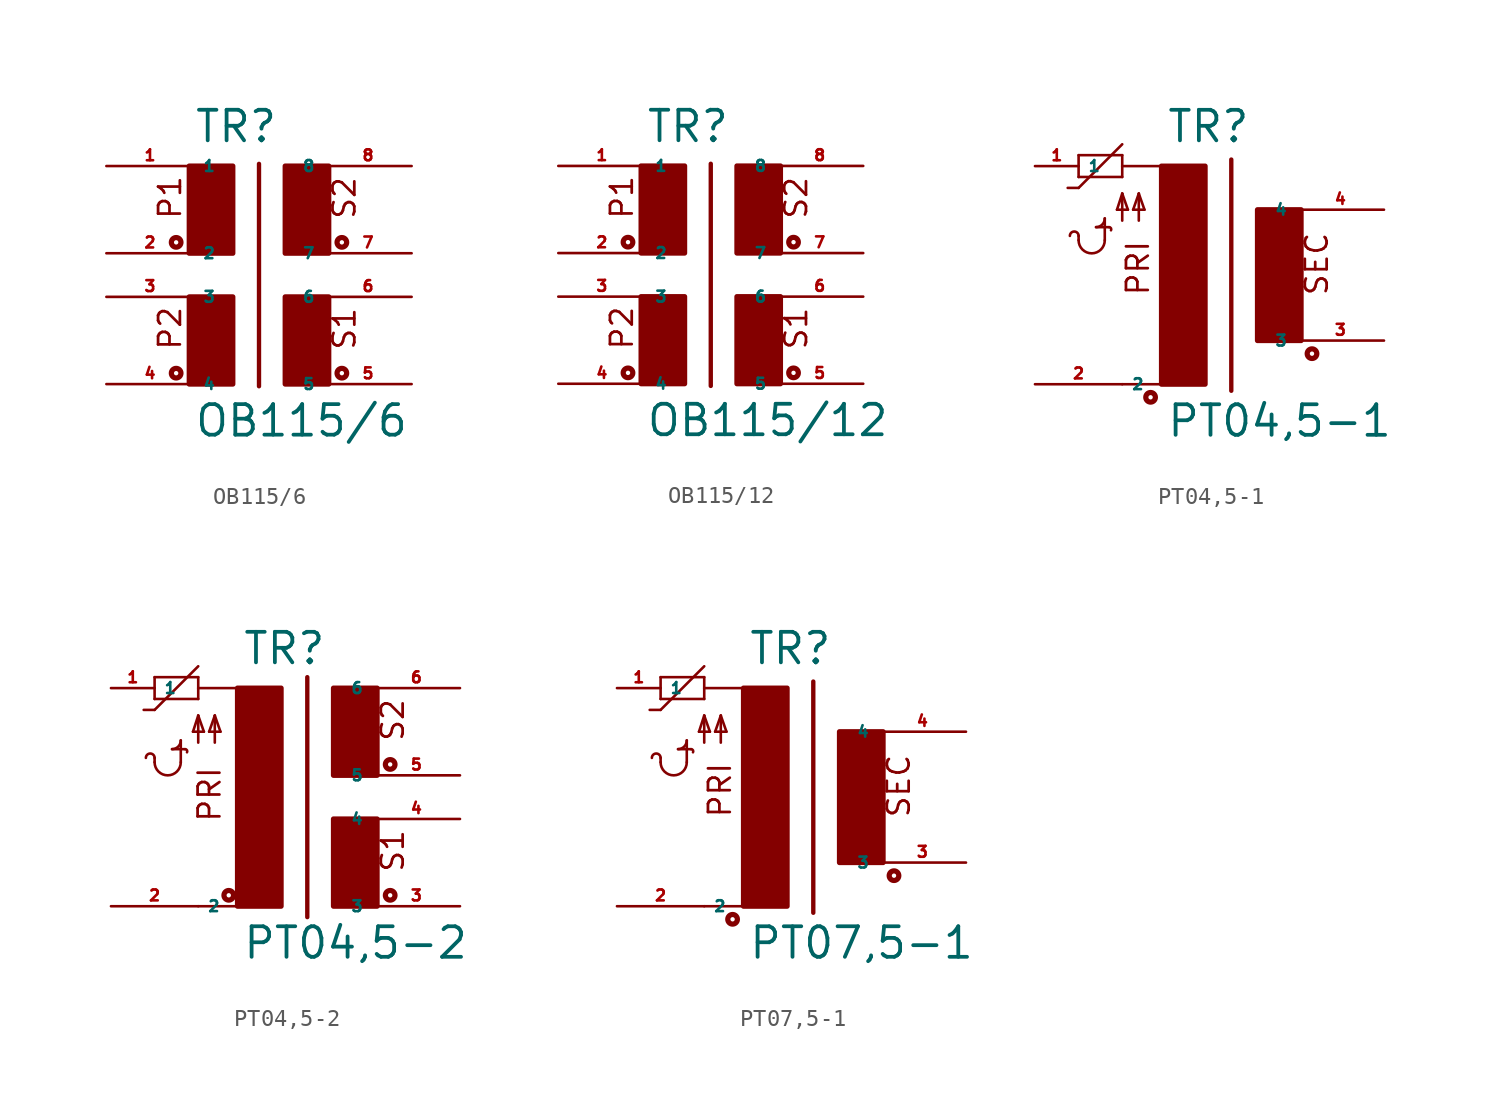
<source format=kicad_sym>
(kicad_symbol_lib
  (version 20220914)
  (generator Eagle2Kicad)
  (symbol "OB115/6"
    (property "Reference" "TR"
      (at -2.54 6.35 0)
      (effects (font (size 1.778 1.778) (thickness 0.22)) (justify left bottom)))
    (property "Value" "OB115/6"
      (at -2.54 -10.795 0)
      (effects (font (size 1.778 1.778) (thickness 0.22)) (justify left bottom)))
    (polyline
      (pts (xy 1.27 5.207) (xy 1.27 -7.747))
      (stroke (width 0.254) (type default))
      (fill (type none)))
    (text "S2"
      (at 6.985 1.905 900)
      (effects (font (size 1.27 1.27) (thickness 0.16)) (justify left bottom)))
    (text "S1"
      (at 6.985 -5.715 900)
      (effects (font (size 1.27 1.27) (thickness 0.16)) (justify left bottom)))
    (text "P2"
      (at -3.175 -5.715 900)
      (effects (font (size 1.27 1.27) (thickness 0.16)) (justify left bottom)))
    (text "P1"
      (at -3.175 1.905 900)
      (effects (font (size 1.27 1.27) (thickness 0.16)) (justify left bottom)))
    (circle
      (center -3.556 0.635)
      (radius 0.127)
      (stroke (width 0.305) (type default))
      (fill (type none)))
    (circle
      (center -3.556 -6.985)
      (radius 0.127)
      (stroke (width 0.305) (type default))
      (fill (type none)))
    (circle
      (center 6.096 0.635)
      (radius 0.127)
      (stroke (width 0.305) (type default))
      (fill (type none)))
    (circle
      (center 6.096 -6.985)
      (radius 0.127)
      (stroke (width 0.305) (type default))
      (fill (type none)))
    (rectangle
      (start -2.794 0)
      (end -0.254 5.08)
      (stroke (width 0.3) (type default))
      (fill (type outline)))
    (rectangle
      (start -2.794 -7.62)
      (end -0.254 -2.54)
      (stroke (width 0.3) (type default))
      (fill (type outline)))
    (rectangle
      (start 2.794 0)
      (end 5.334 5.08)
      (stroke (width 0.3) (type default))
      (fill (type outline)))
    (rectangle
      (start 2.794 -7.62)
      (end 5.334 -2.54)
      (stroke (width 0.3) (type default))
      (fill (type outline)))
    (pin passive line
      (at -7.62 5.08 0)
      (length 5.08)
      (name "1" (effects (font (size 0.635 0.635) (thickness 0.08)) (justify left bottom)))
      (number "1" (effects (font (size 0.635 0.635) (thickness 0.08)) (justify left bottom))))
    (pin passive line
      (at -7.62 0 0)
      (length 5.08)
      (name "2" (effects (font (size 0.635 0.635) (thickness 0.08)) (justify left bottom)))
      (number "2" (effects (font (size 0.635 0.635) (thickness 0.08)) (justify left bottom))))
    (pin passive line
      (at 10.16 -7.62 180)
      (length 5.08)
      (name "5" (effects (font (size 0.635 0.635) (thickness 0.08)) (justify left bottom)))
      (number "5" (effects (font (size 0.635 0.635) (thickness 0.08)) (justify left bottom))))
    (pin passive line
      (at 10.16 -2.54 180)
      (length 5.08)
      (name "6" (effects (font (size 0.635 0.635) (thickness 0.08)) (justify left bottom)))
      (number "6" (effects (font (size 0.635 0.635) (thickness 0.08)) (justify left bottom))))
    (pin passive line
      (at 10.16 0 180)
      (length 5.08)
      (name "7" (effects (font (size 0.635 0.635) (thickness 0.08)) (justify left bottom)))
      (number "7" (effects (font (size 0.635 0.635) (thickness 0.08)) (justify left bottom))))
    (pin passive line
      (at 10.16 5.08 180)
      (length 5.08)
      (name "8" (effects (font (size 0.635 0.635) (thickness 0.08)) (justify left bottom)))
      (number "8" (effects (font (size 0.635 0.635) (thickness 0.08)) (justify left bottom))))
    (pin passive line
      (at -7.62 -2.54 0)
      (length 5.08)
      (name "3" (effects (font (size 0.635 0.635) (thickness 0.08)) (justify left bottom)))
      (number "3" (effects (font (size 0.635 0.635) (thickness 0.08)) (justify left bottom))))
    (pin passive line
      (at -7.62 -7.62 0)
      (length 5.08)
      (name "4" (effects (font (size 0.635 0.635) (thickness 0.08)) (justify left bottom)))
      (number "4" (effects (font (size 0.635 0.635) (thickness 0.08)) (justify left bottom)))))
  (symbol "OB115/12"
    (property "Reference" "TR"
      (at -2.54 6.35 0)
      (effects (font (size 1.778 1.778) (thickness 0.22)) (justify left bottom)))
    (property "Value" "OB115/12"
      (at -2.54 -10.795 0)
      (effects (font (size 1.778 1.778) (thickness 0.22)) (justify left bottom)))
    (polyline
      (pts (xy 1.27 5.207) (xy 1.27 -7.747))
      (stroke (width 0.254) (type default))
      (fill (type none)))
    (text "S2"
      (at 6.985 1.905 900)
      (effects (font (size 1.27 1.27) (thickness 0.16)) (justify left bottom)))
    (text "S1"
      (at 6.985 -5.715 900)
      (effects (font (size 1.27 1.27) (thickness 0.16)) (justify left bottom)))
    (text "P2"
      (at -3.175 -5.715 900)
      (effects (font (size 1.27 1.27) (thickness 0.16)) (justify left bottom)))
    (text "P1"
      (at -3.175 1.905 900)
      (effects (font (size 1.27 1.27) (thickness 0.16)) (justify left bottom)))
    (circle
      (center -3.556 0.635)
      (radius 0.127)
      (stroke (width 0.305) (type default))
      (fill (type none)))
    (circle
      (center -3.556 -6.985)
      (radius 0.127)
      (stroke (width 0.305) (type default))
      (fill (type none)))
    (circle
      (center 6.096 0.635)
      (radius 0.127)
      (stroke (width 0.305) (type default))
      (fill (type none)))
    (circle
      (center 6.096 -6.985)
      (radius 0.127)
      (stroke (width 0.305) (type default))
      (fill (type none)))
    (rectangle
      (start -2.794 0)
      (end -0.254 5.08)
      (stroke (width 0.3) (type default))
      (fill (type outline)))
    (rectangle
      (start -2.794 -7.62)
      (end -0.254 -2.54)
      (stroke (width 0.3) (type default))
      (fill (type outline)))
    (rectangle
      (start 2.794 0)
      (end 5.334 5.08)
      (stroke (width 0.3) (type default))
      (fill (type outline)))
    (rectangle
      (start 2.794 -7.62)
      (end 5.334 -2.54)
      (stroke (width 0.3) (type default))
      (fill (type outline)))
    (pin passive line
      (at -7.62 5.08 0)
      (length 5.08)
      (name "1" (effects (font (size 0.635 0.635) (thickness 0.08)) (justify left bottom)))
      (number "1" (effects (font (size 0.635 0.635) (thickness 0.08)) (justify left bottom))))
    (pin passive line
      (at -7.62 0 0)
      (length 5.08)
      (name "2" (effects (font (size 0.635 0.635) (thickness 0.08)) (justify left bottom)))
      (number "2" (effects (font (size 0.635 0.635) (thickness 0.08)) (justify left bottom))))
    (pin passive line
      (at 10.16 -7.62 180)
      (length 5.08)
      (name "5" (effects (font (size 0.635 0.635) (thickness 0.08)) (justify left bottom)))
      (number "5" (effects (font (size 0.635 0.635) (thickness 0.08)) (justify left bottom))))
    (pin passive line
      (at 10.16 -2.54 180)
      (length 5.08)
      (name "6" (effects (font (size 0.635 0.635) (thickness 0.08)) (justify left bottom)))
      (number "6" (effects (font (size 0.635 0.635) (thickness 0.08)) (justify left bottom))))
    (pin passive line
      (at 10.16 0 180)
      (length 5.08)
      (name "7" (effects (font (size 0.635 0.635) (thickness 0.08)) (justify left bottom)))
      (number "7" (effects (font (size 0.635 0.635) (thickness 0.08)) (justify left bottom))))
    (pin passive line
      (at 10.16 5.08 180)
      (length 5.08)
      (name "8" (effects (font (size 0.635 0.635) (thickness 0.08)) (justify left bottom)))
      (number "8" (effects (font (size 0.635 0.635) (thickness 0.08)) (justify left bottom))))
    (pin passive line
      (at -7.62 -2.54 0)
      (length 5.08)
      (name "3" (effects (font (size 0.635 0.635) (thickness 0.08)) (justify left bottom)))
      (number "3" (effects (font (size 0.635 0.635) (thickness 0.08)) (justify left bottom))))
    (pin passive line
      (at -7.62 -7.62 0)
      (length 5.08)
      (name "4" (effects (font (size 0.635 0.635) (thickness 0.08)) (justify left bottom)))
      (number "4" (effects (font (size 0.635 0.635) (thickness 0.08)) (justify left bottom)))))
  (symbol "PT04,5-1"
    (property "Reference" "TR"
      (at -2.54 6.35 0)
      (effects (font (size 1.778 1.778) (thickness 0.22)) (justify left bottom)))
    (property "Value" "PT04,5-1"
      (at -2.54 -10.795 0)
      (effects (font (size 1.778 1.778) (thickness 0.22)) (justify left bottom)))
    (polyline
      (pts (xy -5.08 5.08) (xy -2.54 5.08))
      (stroke (width 0.152) (type default))
      (fill (type none)))
    (polyline
      (pts (xy 1.27 5.461) (xy 1.27 -8.001))
      (stroke (width 0.254) (type default))
      (fill (type none)))
    (polyline
      (pts (xy -7.62 5.715) (xy -7.62 4.445))
      (stroke (width 0.152) (type default))
      (fill (type none)))
    (polyline
      (pts (xy -7.62 4.445) (xy -5.08 4.445))
      (stroke (width 0.152) (type default))
      (fill (type none)))
    (polyline
      (pts (xy -5.08 4.445) (xy -5.08 5.08))
      (stroke (width 0.152) (type default))
      (fill (type none)))
    (polyline
      (pts (xy -5.08 5.08) (xy -5.08 5.715))
      (stroke (width 0.152) (type default))
      (fill (type none)))
    (polyline
      (pts (xy -5.08 5.715) (xy -7.62 5.715))
      (stroke (width 0.152) (type default))
      (fill (type none)))
    (polyline
      (pts (xy -8.255 3.81) (xy -7.62 3.81))
      (stroke (width 0.152) (type default))
      (fill (type none)))
    (polyline
      (pts (xy -7.62 3.81) (xy -5.08 6.35))
      (stroke (width 0.152) (type default))
      (fill (type none)))
    (polyline
      (pts (xy -5.08 1.905) (xy -5.08 3.48))
      (stroke (width 0.152) (type default))
      (fill (type none)))
    (polyline
      (pts (xy -4.115 1.905) (xy -4.115 3.48))
      (stroke (width 0.152) (type default))
      (fill (type none)))
    (polyline
      (pts (xy -5.08 3.48) (xy -5.385 2.54))
      (stroke (width 0.152) (type default))
      (fill (type none)))
    (polyline
      (pts (xy -5.385 2.54) (xy -4.75 2.54))
      (stroke (width 0.152) (type default))
      (fill (type none)))
    (polyline
      (pts (xy -4.115 3.48) (xy -4.445 2.54))
      (stroke (width 0.152) (type default))
      (fill (type none)))
    (polyline
      (pts (xy -4.445 2.54) (xy -3.785 2.54))
      (stroke (width 0.152) (type default))
      (fill (type none)))
    (polyline
      (pts (xy -3.785 2.54) (xy -4.115 3.48))
      (stroke (width 0.152) (type default))
      (fill (type none)))
    (polyline
      (pts (xy -4.75 2.54) (xy -5.08 3.48))
      (stroke (width 0.152) (type default))
      (fill (type none)))
    (arc
      (start -7.62 0.762)
      (mid -6.858 0.000)
      (end -6.096 0.762)
      (stroke (width 0.1524) (type default))
      (fill (type none)))
    (arc
      (start -7.62 1.016)
      (mid -7.874 1.270)
      (end -8.128 1.016)
      (stroke (width 0.1524) (type default))
      (fill (type none)))
    (polyline
      (pts (xy -7.62 0.762) (xy -7.62 1.016))
      (stroke (width 0.152) (type default))
      (fill (type none)))
    (polyline
      (pts (xy -6.096 0.762) (xy -6.096 2.032))
      (stroke (width 0.152) (type default))
      (fill (type none)))
    (arc
      (start -6.604 1.524)
      (mid -6.245 1.673)
      (end -6.096 2.032)
      (stroke (width 0.1524) (type default))
      (fill (type none)))
    (arc
      (start -5.7284 1.3402)
      (mid -5.734 1.464)
      (end -5.842 1.524)
      (stroke (width 0.1524) (type default))
      (fill (type none)))
    (polyline
      (pts (xy -6.604 1.524) (xy -5.842 1.524))
      (stroke (width 0.152) (type default))
      (fill (type none)))
    (polyline
      (pts (xy -5.08 -7.62) (xy -2.54 -7.62))
      (stroke (width 0.152) (type default))
      (fill (type none)))
    (text "PRI"
      (at -3.429 -2.54 900)
      (effects (font (size 1.27 1.27) (thickness 0.16)) (justify left bottom)))
    (text "SEC"
      (at 6.985 -2.54 900)
      (effects (font (size 1.27 1.27) (thickness 0.16)) (justify left bottom)))
    (circle
      (center -3.429 -8.382)
      (radius 0.127)
      (stroke (width 0.305) (type default))
      (fill (type none)))
    (circle
      (center 5.969 -5.842)
      (radius 0.127)
      (stroke (width 0.305) (type default))
      (fill (type none)))
    (rectangle
      (start -2.794 -7.62)
      (end -0.254 5.08)
      (stroke (width 0.3) (type default))
      (fill (type outline)))
    (rectangle
      (start 2.794 -5.08)
      (end 5.334 2.54)
      (stroke (width 0.3) (type default))
      (fill (type outline)))
    (pin passive line
      (at -10.16 5.08 0)
      (length 2.54)
      (name "1" (effects (font (size 0.635 0.635) (thickness 0.08)) (justify left bottom)))
      (number "1" (effects (font (size 0.635 0.635) (thickness 0.08)) (justify left bottom))))
    (pin passive line
      (at -10.16 -7.62 0)
      (length 5.08)
      (name "2" (effects (font (size 0.635 0.635) (thickness 0.08)) (justify left bottom)))
      (number "2" (effects (font (size 0.635 0.635) (thickness 0.08)) (justify left bottom))))
    (pin passive line
      (at 10.16 -5.08 180)
      (length 5.08)
      (name "3" (effects (font (size 0.635 0.635) (thickness 0.08)) (justify left bottom)))
      (number "3" (effects (font (size 0.635 0.635) (thickness 0.08)) (justify left bottom))))
    (pin passive line
      (at 10.16 2.54 180)
      (length 5.08)
      (name "4" (effects (font (size 0.635 0.635) (thickness 0.08)) (justify left bottom)))
      (number "4" (effects (font (size 0.635 0.635) (thickness 0.08)) (justify left bottom)))))
  (symbol "PT04,5-2"
    (property "Reference" "TR"
      (at -2.54 6.35 0)
      (effects (font (size 1.778 1.778) (thickness 0.22)) (justify left bottom)))
    (property "Value" "PT04,5-2"
      (at -2.54 -10.795 0)
      (effects (font (size 1.778 1.778) (thickness 0.22)) (justify left bottom)))
    (polyline
      (pts (xy -5.08 5.08) (xy -2.54 5.08))
      (stroke (width 0.152) (type default))
      (fill (type none)))
    (polyline
      (pts (xy 1.27 5.715) (xy 1.27 -8.255))
      (stroke (width 0.254) (type default))
      (fill (type none)))
    (polyline
      (pts (xy -2.54 -7.62) (xy -5.08 -7.62))
      (stroke (width 0.152) (type default))
      (fill (type none)))
    (polyline
      (pts (xy -7.62 5.715) (xy -7.62 4.445))
      (stroke (width 0.152) (type default))
      (fill (type none)))
    (polyline
      (pts (xy -7.62 4.445) (xy -5.08 4.445))
      (stroke (width 0.152) (type default))
      (fill (type none)))
    (polyline
      (pts (xy -5.08 4.445) (xy -5.08 5.08))
      (stroke (width 0.152) (type default))
      (fill (type none)))
    (polyline
      (pts (xy -5.08 5.08) (xy -5.08 5.715))
      (stroke (width 0.152) (type default))
      (fill (type none)))
    (polyline
      (pts (xy -5.08 5.715) (xy -7.62 5.715))
      (stroke (width 0.152) (type default))
      (fill (type none)))
    (polyline
      (pts (xy -8.255 3.81) (xy -7.62 3.81))
      (stroke (width 0.152) (type default))
      (fill (type none)))
    (polyline
      (pts (xy -7.62 3.81) (xy -5.08 6.35))
      (stroke (width 0.152) (type default))
      (fill (type none)))
    (polyline
      (pts (xy -5.08 1.905) (xy -5.08 3.48))
      (stroke (width 0.152) (type default))
      (fill (type none)))
    (polyline
      (pts (xy -4.115 1.905) (xy -4.115 3.48))
      (stroke (width 0.152) (type default))
      (fill (type none)))
    (polyline
      (pts (xy -5.08 3.48) (xy -5.385 2.54))
      (stroke (width 0.152) (type default))
      (fill (type none)))
    (polyline
      (pts (xy -5.385 2.54) (xy -4.75 2.54))
      (stroke (width 0.152) (type default))
      (fill (type none)))
    (polyline
      (pts (xy -4.115 3.48) (xy -4.445 2.54))
      (stroke (width 0.152) (type default))
      (fill (type none)))
    (polyline
      (pts (xy -4.445 2.54) (xy -3.785 2.54))
      (stroke (width 0.152) (type default))
      (fill (type none)))
    (polyline
      (pts (xy -3.785 2.54) (xy -4.115 3.48))
      (stroke (width 0.152) (type default))
      (fill (type none)))
    (polyline
      (pts (xy -4.75 2.54) (xy -5.08 3.48))
      (stroke (width 0.152) (type default))
      (fill (type none)))
    (arc
      (start -7.62 0.762)
      (mid -6.858 0.000)
      (end -6.096 0.762)
      (stroke (width 0.1524) (type default))
      (fill (type none)))
    (arc
      (start -7.62 1.016)
      (mid -7.874 1.270)
      (end -8.128 1.016)
      (stroke (width 0.1524) (type default))
      (fill (type none)))
    (polyline
      (pts (xy -7.62 0.762) (xy -7.62 1.016))
      (stroke (width 0.152) (type default))
      (fill (type none)))
    (polyline
      (pts (xy -6.096 0.762) (xy -6.096 2.032))
      (stroke (width 0.152) (type default))
      (fill (type none)))
    (arc
      (start -6.604 1.524)
      (mid -6.245 1.673)
      (end -6.096 2.032)
      (stroke (width 0.1524) (type default))
      (fill (type none)))
    (arc
      (start -5.7284 1.3402)
      (mid -5.734 1.464)
      (end -5.842 1.524)
      (stroke (width 0.1524) (type default))
      (fill (type none)))
    (polyline
      (pts (xy -6.604 1.524) (xy -5.842 1.524))
      (stroke (width 0.152) (type default))
      (fill (type none)))
    (text "PRI"
      (at -3.683 -2.794 900)
      (effects (font (size 1.27 1.27) (thickness 0.16)) (justify left bottom)))
    (text "S2"
      (at 6.985 1.905 900)
      (effects (font (size 1.27 1.27) (thickness 0.16)) (justify left bottom)))
    (text "S1"
      (at 6.985 -5.715 900)
      (effects (font (size 1.27 1.27) (thickness 0.16)) (justify left bottom)))
    (circle
      (center -3.302 -6.985)
      (radius 0.127)
      (stroke (width 0.305) (type default))
      (fill (type none)))
    (circle
      (center 6.096 -6.985)
      (radius 0.127)
      (stroke (width 0.305) (type default))
      (fill (type none)))
    (circle
      (center 6.096 0.635)
      (radius 0.127)
      (stroke (width 0.305) (type default))
      (fill (type none)))
    (rectangle
      (start -2.794 -7.62)
      (end -0.254 5.08)
      (stroke (width 0.3) (type default))
      (fill (type outline)))
    (rectangle
      (start 2.794 0)
      (end 5.334 5.08)
      (stroke (width 0.3) (type default))
      (fill (type outline)))
    (rectangle
      (start 2.794 -7.62)
      (end 5.334 -2.54)
      (stroke (width 0.3) (type default))
      (fill (type outline)))
    (pin passive line
      (at -10.16 5.08 0)
      (length 2.54)
      (name "1" (effects (font (size 0.635 0.635) (thickness 0.08)) (justify left bottom)))
      (number "1" (effects (font (size 0.635 0.635) (thickness 0.08)) (justify left bottom))))
    (pin passive line
      (at -10.16 -7.62 0)
      (length 5.08)
      (name "2" (effects (font (size 0.635 0.635) (thickness 0.08)) (justify left bottom)))
      (number "2" (effects (font (size 0.635 0.635) (thickness 0.08)) (justify left bottom))))
    (pin passive line
      (at 10.16 -7.62 180)
      (length 5.08)
      (name "3" (effects (font (size 0.635 0.635) (thickness 0.08)) (justify left bottom)))
      (number "3" (effects (font (size 0.635 0.635) (thickness 0.08)) (justify left bottom))))
    (pin passive line
      (at 10.16 -2.54 180)
      (length 5.08)
      (name "4" (effects (font (size 0.635 0.635) (thickness 0.08)) (justify left bottom)))
      (number "4" (effects (font (size 0.635 0.635) (thickness 0.08)) (justify left bottom))))
    (pin passive line
      (at 10.16 0 180)
      (length 5.08)
      (name "5" (effects (font (size 0.635 0.635) (thickness 0.08)) (justify left bottom)))
      (number "5" (effects (font (size 0.635 0.635) (thickness 0.08)) (justify left bottom))))
    (pin passive line
      (at 10.16 5.08 180)
      (length 5.08)
      (name "6" (effects (font (size 0.635 0.635) (thickness 0.08)) (justify left bottom)))
      (number "6" (effects (font (size 0.635 0.635) (thickness 0.08)) (justify left bottom)))))
  (symbol "PT07,5-1"
    (property "Reference" "TR"
      (at -2.54 6.35 0)
      (effects (font (size 1.778 1.778) (thickness 0.22)) (justify left bottom)))
    (property "Value" "PT07,5-1"
      (at -2.54 -10.795 0)
      (effects (font (size 1.778 1.778) (thickness 0.22)) (justify left bottom)))
    (polyline
      (pts (xy -5.08 5.08) (xy -2.54 5.08))
      (stroke (width 0.152) (type default))
      (fill (type none)))
    (polyline
      (pts (xy 1.27 5.461) (xy 1.27 -8.001))
      (stroke (width 0.254) (type default))
      (fill (type none)))
    (polyline
      (pts (xy -7.62 5.715) (xy -7.62 4.445))
      (stroke (width 0.152) (type default))
      (fill (type none)))
    (polyline
      (pts (xy -7.62 4.445) (xy -5.08 4.445))
      (stroke (width 0.152) (type default))
      (fill (type none)))
    (polyline
      (pts (xy -5.08 4.445) (xy -5.08 5.08))
      (stroke (width 0.152) (type default))
      (fill (type none)))
    (polyline
      (pts (xy -5.08 5.08) (xy -5.08 5.715))
      (stroke (width 0.152) (type default))
      (fill (type none)))
    (polyline
      (pts (xy -5.08 5.715) (xy -7.62 5.715))
      (stroke (width 0.152) (type default))
      (fill (type none)))
    (polyline
      (pts (xy -8.255 3.81) (xy -7.62 3.81))
      (stroke (width 0.152) (type default))
      (fill (type none)))
    (polyline
      (pts (xy -7.62 3.81) (xy -5.08 6.35))
      (stroke (width 0.152) (type default))
      (fill (type none)))
    (polyline
      (pts (xy -5.08 1.905) (xy -5.08 3.48))
      (stroke (width 0.152) (type default))
      (fill (type none)))
    (polyline
      (pts (xy -4.115 1.905) (xy -4.115 3.48))
      (stroke (width 0.152) (type default))
      (fill (type none)))
    (polyline
      (pts (xy -5.08 3.48) (xy -5.385 2.54))
      (stroke (width 0.152) (type default))
      (fill (type none)))
    (polyline
      (pts (xy -5.385 2.54) (xy -4.75 2.54))
      (stroke (width 0.152) (type default))
      (fill (type none)))
    (polyline
      (pts (xy -4.115 3.48) (xy -4.445 2.54))
      (stroke (width 0.152) (type default))
      (fill (type none)))
    (polyline
      (pts (xy -4.445 2.54) (xy -3.785 2.54))
      (stroke (width 0.152) (type default))
      (fill (type none)))
    (polyline
      (pts (xy -3.785 2.54) (xy -4.115 3.48))
      (stroke (width 0.152) (type default))
      (fill (type none)))
    (polyline
      (pts (xy -4.75 2.54) (xy -5.08 3.48))
      (stroke (width 0.152) (type default))
      (fill (type none)))
    (arc
      (start -7.62 0.762)
      (mid -6.858 0.000)
      (end -6.096 0.762)
      (stroke (width 0.1524) (type default))
      (fill (type none)))
    (arc
      (start -7.62 1.016)
      (mid -7.874 1.270)
      (end -8.128 1.016)
      (stroke (width 0.1524) (type default))
      (fill (type none)))
    (polyline
      (pts (xy -7.62 0.762) (xy -7.62 1.016))
      (stroke (width 0.152) (type default))
      (fill (type none)))
    (polyline
      (pts (xy -6.096 0.762) (xy -6.096 2.032))
      (stroke (width 0.152) (type default))
      (fill (type none)))
    (arc
      (start -6.604 1.524)
      (mid -6.245 1.673)
      (end -6.096 2.032)
      (stroke (width 0.1524) (type default))
      (fill (type none)))
    (arc
      (start -5.7284 1.3402)
      (mid -5.734 1.464)
      (end -5.842 1.524)
      (stroke (width 0.1524) (type default))
      (fill (type none)))
    (polyline
      (pts (xy -6.604 1.524) (xy -5.842 1.524))
      (stroke (width 0.152) (type default))
      (fill (type none)))
    (polyline
      (pts (xy -5.08 -7.62) (xy -2.54 -7.62))
      (stroke (width 0.152) (type default))
      (fill (type none)))
    (text "PRI"
      (at -3.429 -2.54 900)
      (effects (font (size 1.27 1.27) (thickness 0.16)) (justify left bottom)))
    (text "SEC"
      (at 6.985 -2.54 900)
      (effects (font (size 1.27 1.27) (thickness 0.16)) (justify left bottom)))
    (circle
      (center -3.429 -8.382)
      (radius 0.127)
      (stroke (width 0.305) (type default))
      (fill (type none)))
    (circle
      (center 5.969 -5.842)
      (radius 0.127)
      (stroke (width 0.305) (type default))
      (fill (type none)))
    (rectangle
      (start -2.794 -7.62)
      (end -0.254 5.08)
      (stroke (width 0.3) (type default))
      (fill (type outline)))
    (rectangle
      (start 2.794 -5.08)
      (end 5.334 2.54)
      (stroke (width 0.3) (type default))
      (fill (type outline)))
    (pin passive line
      (at -10.16 5.08 0)
      (length 2.54)
      (name "1" (effects (font (size 0.635 0.635) (thickness 0.08)) (justify left bottom)))
      (number "1" (effects (font (size 0.635 0.635) (thickness 0.08)) (justify left bottom))))
    (pin passive line
      (at -10.16 -7.62 0)
      (length 5.08)
      (name "2" (effects (font (size 0.635 0.635) (thickness 0.08)) (justify left bottom)))
      (number "2" (effects (font (size 0.635 0.635) (thickness 0.08)) (justify left bottom))))
    (pin passive line
      (at 10.16 -5.08 180)
      (length 5.08)
      (name "3" (effects (font (size 0.635 0.635) (thickness 0.08)) (justify left bottom)))
      (number "3" (effects (font (size 0.635 0.635) (thickness 0.08)) (justify left bottom))))
    (pin passive line
      (at 10.16 2.54 180)
      (length 5.08)
      (name "4" (effects (font (size 0.635 0.635) (thickness 0.08)) (justify left bottom)))
      (number "4" (effects (font (size 0.635 0.635) (thickness 0.08)) (justify left bottom))))))
</source>
